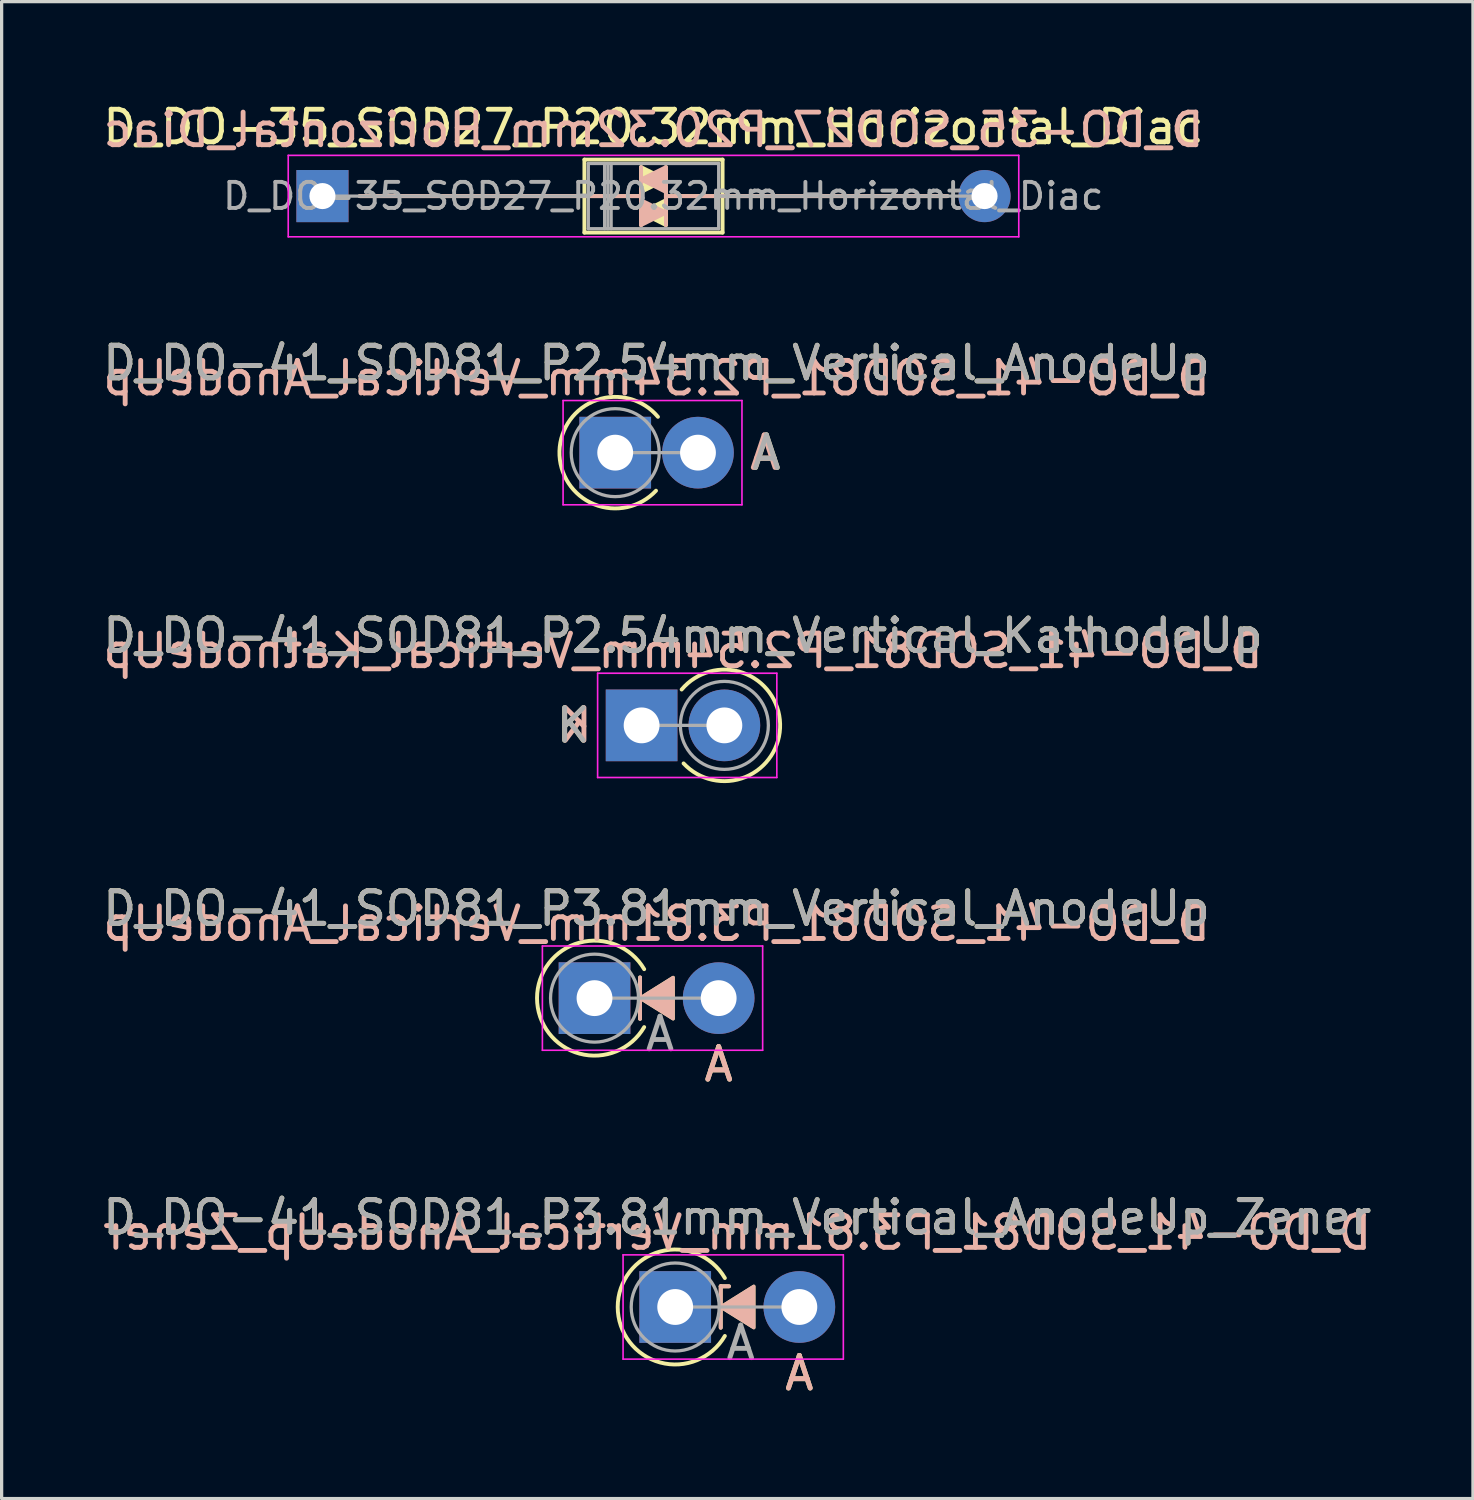
<source format=kicad_pcb>
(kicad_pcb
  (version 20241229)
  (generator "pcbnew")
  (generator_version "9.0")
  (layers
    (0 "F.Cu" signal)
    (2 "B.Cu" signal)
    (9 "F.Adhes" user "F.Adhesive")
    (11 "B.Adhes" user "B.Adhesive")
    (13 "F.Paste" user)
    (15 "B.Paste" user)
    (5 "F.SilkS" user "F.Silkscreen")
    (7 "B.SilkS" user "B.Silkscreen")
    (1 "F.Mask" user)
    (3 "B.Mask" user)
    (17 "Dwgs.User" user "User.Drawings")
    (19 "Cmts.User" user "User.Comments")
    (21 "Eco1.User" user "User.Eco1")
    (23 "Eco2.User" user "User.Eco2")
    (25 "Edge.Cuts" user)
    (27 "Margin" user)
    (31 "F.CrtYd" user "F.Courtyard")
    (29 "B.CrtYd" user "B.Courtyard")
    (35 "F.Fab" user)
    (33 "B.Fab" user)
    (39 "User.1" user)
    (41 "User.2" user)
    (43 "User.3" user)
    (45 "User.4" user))
  (footprint "D_DO-41_SOD81_P3.81mm_Vertical_AnodeUp_Zener"
    (layer "F.Cu")
    (at 17.672 37.062)
    (property "Reference" "D_DO-41_SOD81_P3.81mm_Vertical_AnodeUp_Zener" (at 1.905 -2.751 0) (layer "F.SilkS") (effects (font (size 1 1) (thickness 0.15))))
    (fp_line (start 1.397 -0.635) (end 1.397 0.635) (stroke (width 0.12) (type solid)) (layer "F.SilkS"))
    (fp_line (start 1.397 -0.635) (end 1.651 -0.635) (stroke (width 0.12) (type solid)) (layer "F.SilkS"))
    (fp_arc (start 1.523999 0.889) (mid -1.76434 0) (end 1.523999 -0.888999) (stroke (width 0.12) (type solid)) (layer "F.SilkS"))
    (fp_poly (pts (xy 2.413 0.635) (xy 1.397 0) (xy 2.413 -0.635)) (stroke (width 0.1) (type solid)) (fill yes) (layer "F.SilkS"))
    (fp_line (start 1.397 -0.635) (end 1.651 -0.635) (stroke (width 0.12) (type solid)) (layer "B.SilkS"))
    (fp_line (start 1.397 0.635) (end 1.397 -0.635) (stroke (width 0.12) (type solid)) (layer "B.SilkS"))
    (fp_poly (pts (xy 2.413 -0.635) (xy 1.397 0) (xy 2.413 0.635)) (stroke (width 0.1) (type solid)) (fill yes) (layer "B.SilkS"))
    (fp_line (start -1.6 -1.6) (end -1.6 1.6) (stroke (width 0.05) (type solid)) (layer "F.CrtYd"))
    (fp_line (start -1.6 1.6) (end 5.16 1.6) (stroke (width 0.05) (type solid)) (layer "F.CrtYd"))
    (fp_line (start 5.16 -1.6) (end -1.6 -1.6) (stroke (width 0.05) (type solid)) (layer "F.CrtYd"))
    (fp_line (start 5.16 1.6) (end 5.16 -1.6) (stroke (width 0.05) (type solid)) (layer "F.CrtYd"))
    (fp_line (start 0 0) (end 3.81 0) (stroke (width 0.1) (type solid)) (layer "F.Fab"))
    (fp_circle (center 0 0) (end 1.35 0) (stroke (width 0.1) (type solid)) (fill no) (layer "F.Fab"))
    (fp_text user "A" (at 3.81 2.032 0) (layer "F.SilkS") (effects (font (size 1 1) (thickness 0.15))))
    (fp_text user "${REFERENCE}" (at 1.905 -2.286 0) (layer "B.SilkS") (effects (font (size 1 1) (thickness 0.15)) (justify mirror)))
    (fp_text user "A" (at 3.81 2.032 0) (layer "B.SilkS") (effects (font (size 1 1) (thickness 0.15)) (justify mirror)))
    (fp_text user "A" (at 2.01 1.1 0) (layer "F.Fab") (effects (font (size 1 1) (thickness 0.15))))
    (fp_text user "${REFERENCE}" (at 1.905 -2.751 0) (layer "F.Fab") (effects (font (size 1 1) (thickness 0.15))))
    (pad "1" thru_hole rect (at 0 0) (size 2.2 2.2) (drill 1.1) (layers "*.Cu" "*.Mask"))
    (pad "2" thru_hole oval (at 3.81 0) (size 2.2 2.2) (drill 1.1) (layers "*.Cu" "*.Mask")))
  (footprint "D_DO-35_SOD27_P20.32mm_Horizontal_Diac"
    (layer "F.Cu")
    (at 6.846 2.968)
    (property "Reference" "D_DO-35_SOD27_P20.32mm_Horizontal_Diac" (at 10.16 -2.12 0) (layer "F.SilkS") (effects (font (size 1 1) (thickness 0.15))))
    (fp_line (start 1.143 0) (end 8.04 0) (stroke (width 0.12) (type solid)) (layer "F.SilkS"))
    (fp_line (start 8.001 0) (end 9.779 0) (stroke (width 0.12) (type solid)) (layer "F.SilkS"))
    (fp_line (start 8.04 -1.12) (end 8.04 1.12) (stroke (width 0.12) (type solid)) (layer "F.SilkS"))
    (fp_line (start 8.04 1.12) (end 12.28 1.12) (stroke (width 0.12) (type solid)) (layer "F.SilkS"))
    (fp_line (start 9.779 -0.889) (end 9.779 0.889) (stroke (width 0.12) (type solid)) (layer "F.SilkS"))
    (fp_line (start 10.541 -0.889) (end 10.541 0.889) (stroke (width 0.12) (type solid)) (layer "F.SilkS"))
    (fp_line (start 12.28 -1.12) (end 8.04 -1.12) (stroke (width 0.12) (type solid)) (layer "F.SilkS"))
    (fp_line (start 12.28 0) (end 10.541 0) (stroke (width 0.12) (type solid)) (layer "F.SilkS"))
    (fp_line (start 12.28 1.12) (end 12.28 -1.12) (stroke (width 0.12) (type solid)) (layer "F.SilkS"))
    (fp_line (start 19.177 0) (end 12.28 0) (stroke (width 0.12) (type solid)) (layer "F.SilkS"))
    (fp_poly (pts (xy 10.541 -0.508) (xy 9.779 -0.127) (xy 9.779 -0.889)) (stroke (width 0.12) (type solid)) (fill yes) (layer "F.SilkS"))
    (fp_poly (pts (xy 10.541 0.889) (xy 9.779 0.508) (xy 10.541 0.127)) (stroke (width 0.12) (type solid)) (fill yes) (layer "F.SilkS"))
    (fp_line (start 1.143 0) (end 8.04 0) (stroke (width 0.12) (type solid)) (layer "B.SilkS"))
    (fp_line (start 8.001 0) (end 9.779 0) (stroke (width 0.12) (type solid)) (layer "B.SilkS"))
    (fp_line (start 9.779 0.889) (end 9.779 -0.889) (stroke (width 0.12) (type solid)) (layer "B.SilkS"))
    (fp_line (start 10.541 0.889) (end 10.541 -0.889) (stroke (width 0.12) (type solid)) (layer "B.SilkS"))
    (fp_line (start 12.28 0) (end 10.541 0) (stroke (width 0.12) (type solid)) (layer "B.SilkS"))
    (fp_line (start 19.177 0) (end 12.28 0) (stroke (width 0.12) (type solid)) (layer "B.SilkS"))
    (fp_poly (pts (xy 10.541 -0.889) (xy 9.779 -0.508) (xy 10.541 -0.127)) (stroke (width 0.12) (type solid)) (fill yes) (layer "B.SilkS"))
    (fp_poly (pts (xy 10.541 0.508) (xy 9.779 0.127) (xy 9.779 0.889)) (stroke (width 0.12) (type solid)) (fill yes) (layer "B.SilkS"))
    (fp_line (start -1.05 -1.25) (end -1.05 1.25) (stroke (width 0.05) (type solid)) (layer "F.CrtYd"))
    (fp_line (start -1.05 1.25) (end 21.37 1.25) (stroke (width 0.05) (type solid)) (layer "F.CrtYd"))
    (fp_line (start 21.37 -1.25) (end -1.05 -1.25) (stroke (width 0.05) (type solid)) (layer "F.CrtYd"))
    (fp_line (start 21.37 1.25) (end 21.37 -1.25) (stroke (width 0.05) (type solid)) (layer "F.CrtYd"))
    (fp_line (start 0 0) (end 8.16 0) (stroke (width 0.1) (type solid)) (layer "F.Fab"))
    (fp_line (start 8.16 -1) (end 8.16 1) (stroke (width 0.1) (type solid)) (layer "F.Fab"))
    (fp_line (start 8.16 1) (end 12.16 1) (stroke (width 0.1) (type solid)) (layer "F.Fab"))
    (fp_line (start 8.66 -1) (end 8.66 1) (stroke (width 0.1) (type solid)) (layer "F.Fab"))
    (fp_line (start 8.76 -1) (end 8.76 1) (stroke (width 0.1) (type solid)) (layer "F.Fab"))
    (fp_line (start 8.86 -1) (end 8.86 1) (stroke (width 0.1) (type solid)) (layer "F.Fab"))
    (fp_line (start 12.16 -1) (end 8.16 -1) (stroke (width 0.1) (type solid)) (layer "F.Fab"))
    (fp_line (start 12.16 1) (end 12.16 -1) (stroke (width 0.1) (type solid)) (layer "F.Fab"))
    (fp_line (start 20.32 0) (end 12.16 0) (stroke (width 0.1) (type solid)) (layer "F.Fab"))
    (fp_text user "${REFERENCE}" (at 10.16 -2.032 0) (layer "B.SilkS") (effects (font (size 1 1) (thickness 0.15)) (justify mirror)))
    (fp_text user "${REFERENCE}" (at 10.46 0 0) (layer "F.Fab") (effects (font (size 0.8 0.8) (thickness 0.12))))
    (pad "1" thru_hole rect (at 0 0) (size 1.6 1.6) (drill 0.8) (layers "*.Cu" "*.Mask"))
    (pad "2" thru_hole oval (at 20.32 0) (size 1.6 1.6) (drill 0.8) (layers "*.Cu" "*.Mask")))
  (footprint "D_DO-41_SOD81_P3.81mm_Vertical_AnodeUp"
    (layer "F.Cu")
    (at 15.196 27.583)
    (property "Reference" "D_DO-41_SOD81_P3.81mm_Vertical_AnodeUp" (at 1.905 -2.751 0) (layer "F.SilkS") (effects (font (size 1 1) (thickness 0.15))))
    (fp_line (start 1.397 -0.635) (end 1.397 0.635) (stroke (width 0.12) (type solid)) (layer "F.SilkS"))
    (fp_arc (start 1.523999 0.889) (mid -1.76434 0) (end 1.523999 -0.888999) (stroke (width 0.12) (type solid)) (layer "F.SilkS"))
    (fp_poly (pts (xy 2.413 0.635) (xy 1.397 0) (xy 2.413 -0.635)) (stroke (width 0.1) (type solid)) (fill yes) (layer "F.SilkS"))
    (fp_line (start 1.397 0.635) (end 1.397 -0.635) (stroke (width 0.12) (type solid)) (layer "B.SilkS"))
    (fp_poly (pts (xy 2.413 -0.635) (xy 1.397 0) (xy 2.413 0.635)) (stroke (width 0.1) (type solid)) (fill yes) (layer "B.SilkS"))
    (fp_line (start -1.6 -1.6) (end -1.6 1.6) (stroke (width 0.05) (type solid)) (layer "F.CrtYd"))
    (fp_line (start -1.6 1.6) (end 5.16 1.6) (stroke (width 0.05) (type solid)) (layer "F.CrtYd"))
    (fp_line (start 5.16 -1.6) (end -1.6 -1.6) (stroke (width 0.05) (type solid)) (layer "F.CrtYd"))
    (fp_line (start 5.16 1.6) (end 5.16 -1.6) (stroke (width 0.05) (type solid)) (layer "F.CrtYd"))
    (fp_line (start 0 0) (end 3.81 0) (stroke (width 0.1) (type solid)) (layer "F.Fab"))
    (fp_circle (center 0 0) (end 1.35 0) (stroke (width 0.1) (type solid)) (fill no) (layer "F.Fab"))
    (fp_text user "A" (at 3.81 2.032 0) (layer "F.SilkS") (effects (font (size 1 1) (thickness 0.15))))
    (fp_text user "${REFERENCE}" (at 1.905 -2.286 0) (layer "B.SilkS") (effects (font (size 1 1) (thickness 0.15)) (justify mirror)))
    (fp_text user "A" (at 3.81 2.032 0) (layer "B.SilkS") (effects (font (size 1 1) (thickness 0.15)) (justify mirror)))
    (fp_text user "${REFERENCE}" (at 1.905 -2.751 0) (layer "F.Fab") (effects (font (size 1 1) (thickness 0.15))))
    (fp_text user "A" (at 2.01 1.1 0) (layer "F.Fab") (effects (font (size 1 1) (thickness 0.15))))
    (pad "1" thru_hole rect (at 0 0) (size 2.2 2.2) (drill 1.1) (layers "*.Cu" "*.Mask"))
    (pad "2" thru_hole oval (at 3.81 0) (size 2.2 2.2) (drill 1.1) (layers "*.Cu" "*.Mask")))
  (footprint "D_DO-41_SOD81_P2.54mm_Vertical_AnodeUp"
    (layer "F.Cu")
    (at 15.831 10.842)
    (property "Reference" "D_DO-41_SOD81_P2.54mm_Vertical_AnodeUp" (at 1.27 -2.751 0) (layer "F.SilkS") (effects (font (size 1 1) (thickness 0.15))))
    (fp_arc (start 1.251551 1.167366) (mid -1.710877 -0.044974) (end 1.311153 -1.1) (stroke (width 0.12) (type solid)) (layer "F.SilkS"))
    (fp_line (start -1.6 -1.6) (end -1.6 1.6) (stroke (width 0.05) (type solid)) (layer "F.CrtYd"))
    (fp_line (start -1.6 1.6) (end 3.89 1.6) (stroke (width 0.05) (type solid)) (layer "F.CrtYd"))
    (fp_line (start 3.89 -1.6) (end -1.6 -1.6) (stroke (width 0.05) (type solid)) (layer "F.CrtYd"))
    (fp_line (start 3.89 1.6) (end 3.89 -1.6) (stroke (width 0.05) (type solid)) (layer "F.CrtYd"))
    (fp_line (start 0 0) (end 2.54 0) (stroke (width 0.1) (type solid)) (layer "F.Fab"))
    (fp_circle (center 0 0) (end 1.35 0) (stroke (width 0.1) (type solid)) (fill no) (layer "F.Fab"))
    (fp_text user "A" (at 4.64 0 0) (layer "F.SilkS") (effects (font (size 1 1) (thickness 0.15))))
    (fp_text user "A" (at 4.572 0 0) (layer "B.SilkS") (effects (font (size 1 1) (thickness 0.15)) (justify mirror)))
    (fp_text user "${REFERENCE}" (at 1.27 -2.286 0) (layer "B.SilkS") (effects (font (size 1 1) (thickness 0.15)) (justify mirror)))
    (fp_text user "A" (at 4.64 0 0) (layer "F.Fab") (effects (font (size 1 1) (thickness 0.15))))
    (fp_text user "${REFERENCE}" (at 1.27 -2.751 0) (layer "F.Fab") (effects (font (size 1 1) (thickness 0.15))))
    (pad "1" thru_hole rect (at 0 0) (size 2.2 2.2) (drill 1.1) (layers "*.Cu" "*.Mask"))
    (pad "2" thru_hole oval (at 2.54 0) (size 2.2 2.2) (drill 1.1) (layers "*.Cu" "*.Mask")))
  (footprint "D_DO-41_SOD81_P2.54mm_Vertical_KathodeUp"
    (layer "F.Cu")
    (at 16.641 19.212)
    (property "Reference" "D_DO-41_SOD81_P2.54mm_Vertical_KathodeUp" (at 1.27 -2.751 0) (layer "F.SilkS") (effects (font (size 1 1) (thickness 0.15))))
    (fp_arc (start 1.228847 -1.1) (mid 4.250877 -0.044974) (end 1.288449 1.167366) (stroke (width 0.12) (type solid)) (layer "F.SilkS"))
    (fp_line (start -1.35 -1.6) (end -1.35 1.6) (stroke (width 0.05) (type solid)) (layer "F.CrtYd"))
    (fp_line (start -1.35 1.6) (end 4.15 1.6) (stroke (width 0.05) (type solid)) (layer "F.CrtYd"))
    (fp_line (start 4.15 -1.6) (end -1.35 -1.6) (stroke (width 0.05) (type solid)) (layer "F.CrtYd"))
    (fp_line (start 4.15 1.6) (end 4.15 -1.6) (stroke (width 0.05) (type solid)) (layer "F.CrtYd"))
    (fp_line (start 0 0) (end 2.54 0) (stroke (width 0.1) (type solid)) (layer "F.Fab"))
    (fp_circle (center 2.54 0) (end 3.89 0) (stroke (width 0.1) (type solid)) (fill no) (layer "F.Fab"))
    (fp_text user "K" (at -2.1 0 0) (layer "F.SilkS") (effects (font (size 1 1) (thickness 0.15))))
    (fp_text user "K" (at -2.032 0 0) (layer "B.SilkS") (effects (font (size 1 1) (thickness 0.15)) (justify mirror)))
    (fp_text user "${REFERENCE}" (at 1.27 -2.286 0) (layer "B.SilkS") (effects (font (size 1 1) (thickness 0.15)) (justify mirror)))
    (fp_text user "${REFERENCE}" (at 1.27 -2.751 0) (layer "F.Fab") (effects (font (size 1 1) (thickness 0.15))))
    (fp_text user "K" (at -2.1 0 0) (layer "F.Fab") (effects (font (size 1 1) (thickness 0.15))))
    (pad "1" thru_hole rect (at 0 0) (size 2.2 2.2) (drill 1.1) (layers "*.Cu" "*.Mask"))
    (pad "2" thru_hole oval (at 2.54 0) (size 2.2 2.2) (drill 1.1) (layers "*.Cu" "*.Mask")))
  (gr_rect
    (start -3 -3)
    (end 42.155 42.942)
    (stroke (width 0.1) (type default))
    (fill no)
    (layer "Edge.Cuts")))
</source>
